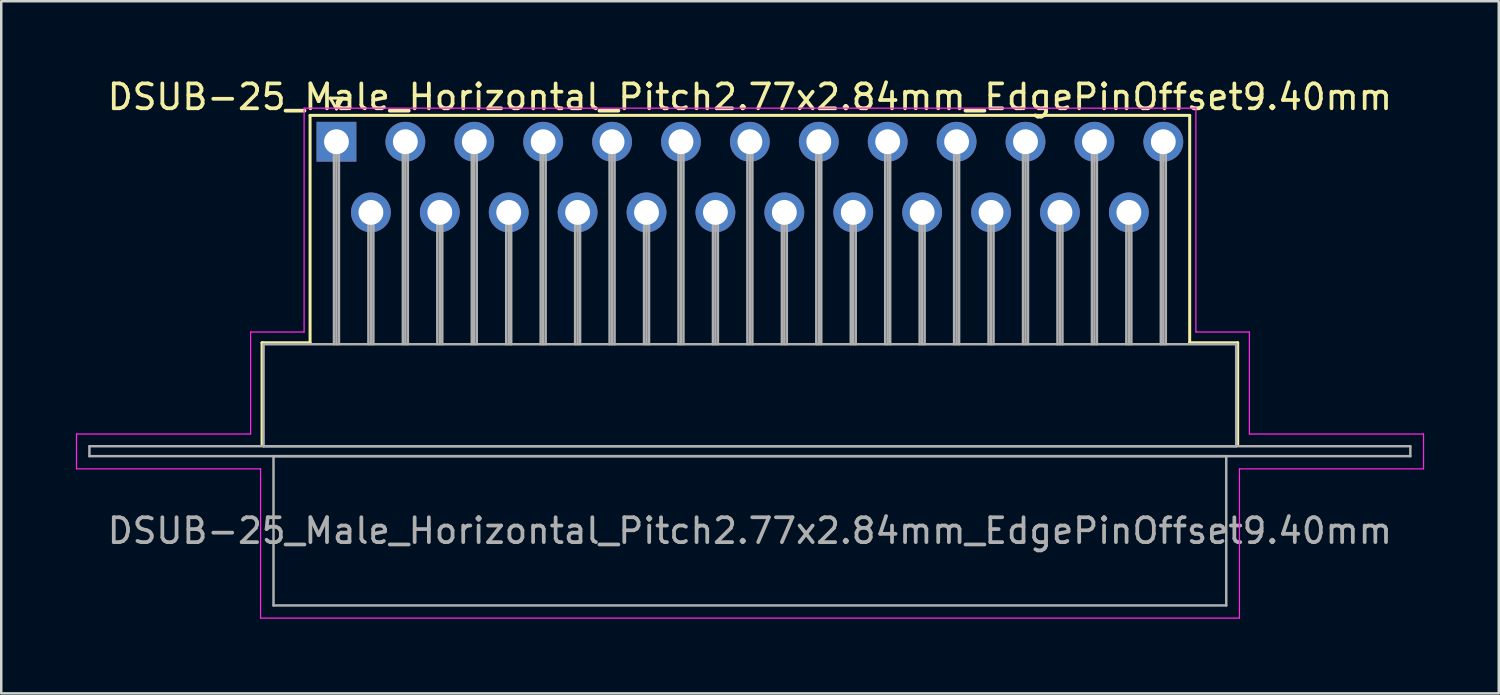
<source format=kicad_pcb>
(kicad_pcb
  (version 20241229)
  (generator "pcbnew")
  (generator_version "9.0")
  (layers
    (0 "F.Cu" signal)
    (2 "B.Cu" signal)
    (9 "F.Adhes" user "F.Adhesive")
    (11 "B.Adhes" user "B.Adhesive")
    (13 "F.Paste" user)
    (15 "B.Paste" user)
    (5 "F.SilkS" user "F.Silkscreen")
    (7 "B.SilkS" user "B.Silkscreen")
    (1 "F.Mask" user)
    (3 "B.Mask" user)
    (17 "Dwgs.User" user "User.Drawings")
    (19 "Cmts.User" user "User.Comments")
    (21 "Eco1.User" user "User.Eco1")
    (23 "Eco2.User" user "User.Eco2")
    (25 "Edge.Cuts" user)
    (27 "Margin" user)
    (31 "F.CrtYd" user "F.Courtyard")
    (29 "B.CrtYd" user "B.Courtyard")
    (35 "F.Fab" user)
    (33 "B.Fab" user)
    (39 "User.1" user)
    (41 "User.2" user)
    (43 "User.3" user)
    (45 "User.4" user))
  (footprint "DSUB-25_Male_Horizontal_Pitch2.77x2.84mm_EdgePinOffset9.40mm"
    (layer "F.Cu")
    (at 10.475 2.648)
    (property "Reference" "DSUB-25_Male_Horizontal_Pitch2.77x2.84mm_EdgePinOffset9.40mm" (at 16.62 -1.8 0) (layer "F.SilkS") (effects (font (size 1 1) (thickness 0.15))))
    (attr through_hole)
    (fp_line (start -2.99 8.08) (end -1.06 8.08) (stroke (width 0.12) (type solid)) (layer "F.SilkS"))
    (fp_line (start -2.99 12.18) (end -2.99 8.08) (stroke (width 0.12) (type solid)) (layer "F.SilkS"))
    (fp_line (start -1.06 -1.06) (end 34.3 -1.06) (stroke (width 0.12) (type solid)) (layer "F.SilkS"))
    (fp_line (start -1.06 8.08) (end -1.06 -1.06) (stroke (width 0.12) (type solid)) (layer "F.SilkS"))
    (fp_line (start -0.25 -1.754) (end 0.25 -1.754) (stroke (width 0.12) (type solid)) (layer "F.SilkS"))
    (fp_line (start 0 -1.321) (end -0.25 -1.754) (stroke (width 0.12) (type solid)) (layer "F.SilkS"))
    (fp_line (start 0.25 -1.754) (end 0 -1.321) (stroke (width 0.12) (type solid)) (layer "F.SilkS"))
    (fp_line (start 34.3 -1.06) (end 34.3 8.08) (stroke (width 0.12) (type solid)) (layer "F.SilkS"))
    (fp_line (start 34.3 8.08) (end 36.23 8.08) (stroke (width 0.12) (type solid)) (layer "F.SilkS"))
    (fp_line (start 36.23 8.08) (end 36.23 12.18) (stroke (width 0.12) (type solid)) (layer "F.SilkS"))
    (fp_line (start -10.45 11.75) (end -3.45 11.75) (stroke (width 0.05) (type solid)) (layer "F.CrtYd"))
    (fp_line (start -10.45 13.15) (end -10.45 11.75) (stroke (width 0.05) (type solid)) (layer "F.CrtYd"))
    (fp_line (start -3.45 7.65) (end -1.3 7.65) (stroke (width 0.05) (type solid)) (layer "F.CrtYd"))
    (fp_line (start -3.45 11.75) (end -3.45 7.65) (stroke (width 0.05) (type solid)) (layer "F.CrtYd"))
    (fp_line (start -3.05 13.15) (end -10.45 13.15) (stroke (width 0.05) (type solid)) (layer "F.CrtYd"))
    (fp_line (start -3.05 19.15) (end -3.05 13.15) (stroke (width 0.05) (type solid)) (layer "F.CrtYd"))
    (fp_line (start -1.3 -1.35) (end 34.55 -1.35) (stroke (width 0.05) (type solid)) (layer "F.CrtYd"))
    (fp_line (start -1.3 7.65) (end -1.3 -1.35) (stroke (width 0.05) (type solid)) (layer "F.CrtYd"))
    (fp_line (start 34.55 -1.35) (end 34.55 7.65) (stroke (width 0.05) (type solid)) (layer "F.CrtYd"))
    (fp_line (start 34.55 7.65) (end 36.7 7.65) (stroke (width 0.05) (type solid)) (layer "F.CrtYd"))
    (fp_line (start 36.3 13.15) (end 36.3 19.15) (stroke (width 0.05) (type solid)) (layer "F.CrtYd"))
    (fp_line (start 36.3 19.15) (end -3.05 19.15) (stroke (width 0.05) (type solid)) (layer "F.CrtYd"))
    (fp_line (start 36.7 7.65) (end 36.7 11.75) (stroke (width 0.05) (type solid)) (layer "F.CrtYd"))
    (fp_line (start 36.7 11.75) (end 43.7 11.75) (stroke (width 0.05) (type solid)) (layer "F.CrtYd"))
    (fp_line (start 43.7 11.75) (end 43.7 13.15) (stroke (width 0.05) (type solid)) (layer "F.CrtYd"))
    (fp_line (start 43.7 13.15) (end 36.3 13.15) (stroke (width 0.05) (type solid)) (layer "F.CrtYd"))
    (fp_line (start -9.93 12.24) (end -9.93 12.64) (stroke (width 0.1) (type solid)) (layer "F.Fab"))
    (fp_line (start -9.93 12.64) (end 43.17 12.64) (stroke (width 0.1) (type solid)) (layer "F.Fab"))
    (fp_line (start -2.93 8.14) (end -2.93 12.24) (stroke (width 0.1) (type solid)) (layer "F.Fab"))
    (fp_line (start -2.93 12.24) (end 36.17 12.24) (stroke (width 0.1) (type solid)) (layer "F.Fab"))
    (fp_line (start -2.53 12.64) (end -2.53 18.64) (stroke (width 0.1) (type solid)) (layer "F.Fab"))
    (fp_line (start -2.53 18.64) (end 35.77 18.64) (stroke (width 0.1) (type solid)) (layer "F.Fab"))
    (fp_line (start -0.1 0) (end -0.1 8.14) (stroke (width 0.1) (type solid)) (layer "F.Fab"))
    (fp_line (start 0 0) (end 0 8.14) (stroke (width 0.1) (type solid)) (layer "F.Fab"))
    (fp_line (start 0.1 0) (end 0.1 8.14) (stroke (width 0.1) (type solid)) (layer "F.Fab"))
    (fp_line (start 1.285 2.84) (end 1.285 8.14) (stroke (width 0.1) (type solid)) (layer "F.Fab"))
    (fp_line (start 1.385 2.84) (end 1.385 8.14) (stroke (width 0.1) (type solid)) (layer "F.Fab"))
    (fp_line (start 1.485 2.84) (end 1.485 8.14) (stroke (width 0.1) (type solid)) (layer "F.Fab"))
    (fp_line (start 2.67 0) (end 2.67 8.14) (stroke (width 0.1) (type solid)) (layer "F.Fab"))
    (fp_line (start 2.77 0) (end 2.77 8.14) (stroke (width 0.1) (type solid)) (layer "F.Fab"))
    (fp_line (start 2.87 0) (end 2.87 8.14) (stroke (width 0.1) (type solid)) (layer "F.Fab"))
    (fp_line (start 4.055 2.84) (end 4.055 8.14) (stroke (width 0.1) (type solid)) (layer "F.Fab"))
    (fp_line (start 4.155 2.84) (end 4.155 8.14) (stroke (width 0.1) (type solid)) (layer "F.Fab"))
    (fp_line (start 4.255 2.84) (end 4.255 8.14) (stroke (width 0.1) (type solid)) (layer "F.Fab"))
    (fp_line (start 5.44 0) (end 5.44 8.14) (stroke (width 0.1) (type solid)) (layer "F.Fab"))
    (fp_line (start 5.54 0) (end 5.54 8.14) (stroke (width 0.1) (type solid)) (layer "F.Fab"))
    (fp_line (start 5.64 0) (end 5.64 8.14) (stroke (width 0.1) (type solid)) (layer "F.Fab"))
    (fp_line (start 6.825 2.84) (end 6.825 8.14) (stroke (width 0.1) (type solid)) (layer "F.Fab"))
    (fp_line (start 6.925 2.84) (end 6.925 8.14) (stroke (width 0.1) (type solid)) (layer "F.Fab"))
    (fp_line (start 7.025 2.84) (end 7.025 8.14) (stroke (width 0.1) (type solid)) (layer "F.Fab"))
    (fp_line (start 8.21 0) (end 8.21 8.14) (stroke (width 0.1) (type solid)) (layer "F.Fab"))
    (fp_line (start 8.31 0) (end 8.31 8.14) (stroke (width 0.1) (type solid)) (layer "F.Fab"))
    (fp_line (start 8.41 0) (end 8.41 8.14) (stroke (width 0.1) (type solid)) (layer "F.Fab"))
    (fp_line (start 9.595 2.84) (end 9.595 8.14) (stroke (width 0.1) (type solid)) (layer "F.Fab"))
    (fp_line (start 9.695 2.84) (end 9.695 8.14) (stroke (width 0.1) (type solid)) (layer "F.Fab"))
    (fp_line (start 9.795 2.84) (end 9.795 8.14) (stroke (width 0.1) (type solid)) (layer "F.Fab"))
    (fp_line (start 10.98 0) (end 10.98 8.14) (stroke (width 0.1) (type solid)) (layer "F.Fab"))
    (fp_line (start 11.08 0) (end 11.08 8.14) (stroke (width 0.1) (type solid)) (layer "F.Fab"))
    (fp_line (start 11.18 0) (end 11.18 8.14) (stroke (width 0.1) (type solid)) (layer "F.Fab"))
    (fp_line (start 12.365 2.84) (end 12.365 8.14) (stroke (width 0.1) (type solid)) (layer "F.Fab"))
    (fp_line (start 12.465 2.84) (end 12.465 8.14) (stroke (width 0.1) (type solid)) (layer "F.Fab"))
    (fp_line (start 12.565 2.84) (end 12.565 8.14) (stroke (width 0.1) (type solid)) (layer "F.Fab"))
    (fp_line (start 13.75 0) (end 13.75 8.14) (stroke (width 0.1) (type solid)) (layer "F.Fab"))
    (fp_line (start 13.85 0) (end 13.85 8.14) (stroke (width 0.1) (type solid)) (layer "F.Fab"))
    (fp_line (start 13.95 0) (end 13.95 8.14) (stroke (width 0.1) (type solid)) (layer "F.Fab"))
    (fp_line (start 15.135 2.84) (end 15.135 8.14) (stroke (width 0.1) (type solid)) (layer "F.Fab"))
    (fp_line (start 15.235 2.84) (end 15.235 8.14) (stroke (width 0.1) (type solid)) (layer "F.Fab"))
    (fp_line (start 15.335 2.84) (end 15.335 8.14) (stroke (width 0.1) (type solid)) (layer "F.Fab"))
    (fp_line (start 16.52 0) (end 16.52 8.14) (stroke (width 0.1) (type solid)) (layer "F.Fab"))
    (fp_line (start 16.62 0) (end 16.62 8.14) (stroke (width 0.1) (type solid)) (layer "F.Fab"))
    (fp_line (start 16.72 0) (end 16.72 8.14) (stroke (width 0.1) (type solid)) (layer "F.Fab"))
    (fp_line (start 17.905 2.84) (end 17.905 8.14) (stroke (width 0.1) (type solid)) (layer "F.Fab"))
    (fp_line (start 18.005 2.84) (end 18.005 8.14) (stroke (width 0.1) (type solid)) (layer "F.Fab"))
    (fp_line (start 18.105 2.84) (end 18.105 8.14) (stroke (width 0.1) (type solid)) (layer "F.Fab"))
    (fp_line (start 19.29 0) (end 19.29 8.14) (stroke (width 0.1) (type solid)) (layer "F.Fab"))
    (fp_line (start 19.39 0) (end 19.39 8.14) (stroke (width 0.1) (type solid)) (layer "F.Fab"))
    (fp_line (start 19.49 0) (end 19.49 8.14) (stroke (width 0.1) (type solid)) (layer "F.Fab"))
    (fp_line (start 20.675 2.84) (end 20.675 8.14) (stroke (width 0.1) (type solid)) (layer "F.Fab"))
    (fp_line (start 20.775 2.84) (end 20.775 8.14) (stroke (width 0.1) (type solid)) (layer "F.Fab"))
    (fp_line (start 20.875 2.84) (end 20.875 8.14) (stroke (width 0.1) (type solid)) (layer "F.Fab"))
    (fp_line (start 22.06 0) (end 22.06 8.14) (stroke (width 0.1) (type solid)) (layer "F.Fab"))
    (fp_line (start 22.16 0) (end 22.16 8.14) (stroke (width 0.1) (type solid)) (layer "F.Fab"))
    (fp_line (start 22.26 0) (end 22.26 8.14) (stroke (width 0.1) (type solid)) (layer "F.Fab"))
    (fp_line (start 23.445 2.84) (end 23.445 8.14) (stroke (width 0.1) (type solid)) (layer "F.Fab"))
    (fp_line (start 23.545 2.84) (end 23.545 8.14) (stroke (width 0.1) (type solid)) (layer "F.Fab"))
    (fp_line (start 23.645 2.84) (end 23.645 8.14) (stroke (width 0.1) (type solid)) (layer "F.Fab"))
    (fp_line (start 24.83 0) (end 24.83 8.14) (stroke (width 0.1) (type solid)) (layer "F.Fab"))
    (fp_line (start 24.93 0) (end 24.93 8.14) (stroke (width 0.1) (type solid)) (layer "F.Fab"))
    (fp_line (start 25.03 0) (end 25.03 8.14) (stroke (width 0.1) (type solid)) (layer "F.Fab"))
    (fp_line (start 26.215 2.84) (end 26.215 8.14) (stroke (width 0.1) (type solid)) (layer "F.Fab"))
    (fp_line (start 26.315 2.84) (end 26.315 8.14) (stroke (width 0.1) (type solid)) (layer "F.Fab"))
    (fp_line (start 26.415 2.84) (end 26.415 8.14) (stroke (width 0.1) (type solid)) (layer "F.Fab"))
    (fp_line (start 27.6 0) (end 27.6 8.14) (stroke (width 0.1) (type solid)) (layer "F.Fab"))
    (fp_line (start 27.7 0) (end 27.7 8.14) (stroke (width 0.1) (type solid)) (layer "F.Fab"))
    (fp_line (start 27.8 0) (end 27.8 8.14) (stroke (width 0.1) (type solid)) (layer "F.Fab"))
    (fp_line (start 28.985 2.84) (end 28.985 8.14) (stroke (width 0.1) (type solid)) (layer "F.Fab"))
    (fp_line (start 29.085 2.84) (end 29.085 8.14) (stroke (width 0.1) (type solid)) (layer "F.Fab"))
    (fp_line (start 29.185 2.84) (end 29.185 8.14) (stroke (width 0.1) (type solid)) (layer "F.Fab"))
    (fp_line (start 30.37 0) (end 30.37 8.14) (stroke (width 0.1) (type solid)) (layer "F.Fab"))
    (fp_line (start 30.47 0) (end 30.47 8.14) (stroke (width 0.1) (type solid)) (layer "F.Fab"))
    (fp_line (start 30.57 0) (end 30.57 8.14) (stroke (width 0.1) (type solid)) (layer "F.Fab"))
    (fp_line (start 31.755 2.84) (end 31.755 8.14) (stroke (width 0.1) (type solid)) (layer "F.Fab"))
    (fp_line (start 31.855 2.84) (end 31.855 8.14) (stroke (width 0.1) (type solid)) (layer "F.Fab"))
    (fp_line (start 31.955 2.84) (end 31.955 8.14) (stroke (width 0.1) (type solid)) (layer "F.Fab"))
    (fp_line (start 33.14 0) (end 33.14 8.14) (stroke (width 0.1) (type solid)) (layer "F.Fab"))
    (fp_line (start 33.24 0) (end 33.24 8.14) (stroke (width 0.1) (type solid)) (layer "F.Fab"))
    (fp_line (start 33.34 0) (end 33.34 8.14) (stroke (width 0.1) (type solid)) (layer "F.Fab"))
    (fp_line (start 35.77 12.64) (end -2.53 12.64) (stroke (width 0.1) (type solid)) (layer "F.Fab"))
    (fp_line (start 35.77 18.64) (end 35.77 12.64) (stroke (width 0.1) (type solid)) (layer "F.Fab"))
    (fp_line (start 36.17 8.14) (end -2.93 8.14) (stroke (width 0.1) (type solid)) (layer "F.Fab"))
    (fp_line (start 36.17 12.24) (end 36.17 8.14) (stroke (width 0.1) (type solid)) (layer "F.Fab"))
    (fp_line (start 43.17 12.24) (end -9.93 12.24) (stroke (width 0.1) (type solid)) (layer "F.Fab"))
    (fp_line (start 43.17 12.64) (end 43.17 12.24) (stroke (width 0.1) (type solid)) (layer "F.Fab"))
    (fp_text user "${REFERENCE}" (at 16.62 15.64 0) (layer "F.Fab") (effects (font (size 1 1) (thickness 0.15))))
    (pad "1" thru_hole rect (at 0 0) (size 1.6 1.6) (drill 1) (layers "*.Cu" "*.Mask"))
    (pad "2" thru_hole circle (at 2.77 0) (size 1.6 1.6) (drill 1) (layers "*.Cu" "*.Mask"))
    (pad "3" thru_hole circle (at 5.54 0) (size 1.6 1.6) (drill 1) (layers "*.Cu" "*.Mask"))
    (pad "4" thru_hole circle (at 8.31 0) (size 1.6 1.6) (drill 1) (layers "*.Cu" "*.Mask"))
    (pad "5" thru_hole circle (at 11.08 0) (size 1.6 1.6) (drill 1) (layers "*.Cu" "*.Mask"))
    (pad "6" thru_hole circle (at 13.85 0) (size 1.6 1.6) (drill 1) (layers "*.Cu" "*.Mask"))
    (pad "7" thru_hole circle (at 16.62 0) (size 1.6 1.6) (drill 1) (layers "*.Cu" "*.Mask"))
    (pad "8" thru_hole circle (at 19.39 0) (size 1.6 1.6) (drill 1) (layers "*.Cu" "*.Mask"))
    (pad "9" thru_hole circle (at 22.16 0) (size 1.6 1.6) (drill 1) (layers "*.Cu" "*.Mask"))
    (pad "10" thru_hole circle (at 24.93 0) (size 1.6 1.6) (drill 1) (layers "*.Cu" "*.Mask"))
    (pad "11" thru_hole circle (at 27.7 0) (size 1.6 1.6) (drill 1) (layers "*.Cu" "*.Mask"))
    (pad "12" thru_hole circle (at 30.47 0) (size 1.6 1.6) (drill 1) (layers "*.Cu" "*.Mask"))
    (pad "13" thru_hole circle (at 33.24 0) (size 1.6 1.6) (drill 1) (layers "*.Cu" "*.Mask"))
    (pad "14" thru_hole circle (at 1.385 2.84) (size 1.6 1.6) (drill 1) (layers "*.Cu" "*.Mask"))
    (pad "15" thru_hole circle (at 4.155 2.84) (size 1.6 1.6) (drill 1) (layers "*.Cu" "*.Mask"))
    (pad "16" thru_hole circle (at 6.925 2.84) (size 1.6 1.6) (drill 1) (layers "*.Cu" "*.Mask"))
    (pad "17" thru_hole circle (at 9.695 2.84) (size 1.6 1.6) (drill 1) (layers "*.Cu" "*.Mask"))
    (pad "18" thru_hole circle (at 12.465 2.84) (size 1.6 1.6) (drill 1) (layers "*.Cu" "*.Mask"))
    (pad "19" thru_hole circle (at 15.235 2.84) (size 1.6 1.6) (drill 1) (layers "*.Cu" "*.Mask"))
    (pad "20" thru_hole circle (at 18.005 2.84) (size 1.6 1.6) (drill 1) (layers "*.Cu" "*.Mask"))
    (pad "21" thru_hole circle (at 20.775 2.84) (size 1.6 1.6) (drill 1) (layers "*.Cu" "*.Mask"))
    (pad "22" thru_hole circle (at 23.545 2.84) (size 1.6 1.6) (drill 1) (layers "*.Cu" "*.Mask"))
    (pad "23" thru_hole circle (at 26.315 2.84) (size 1.6 1.6) (drill 1) (layers "*.Cu" "*.Mask"))
    (pad "24" thru_hole circle (at 29.085 2.84) (size 1.6 1.6) (drill 1) (layers "*.Cu" "*.Mask"))
    (pad "25" thru_hole circle (at 31.855 2.84) (size 1.6 1.6) (drill 1) (layers "*.Cu" "*.Mask")))
  (gr_rect
    (start -3 -3)
    (end 57.2 24.823)
    (stroke (width 0.1) (type default))
    (fill no)
    (layer "Edge.Cuts")))
</source>
